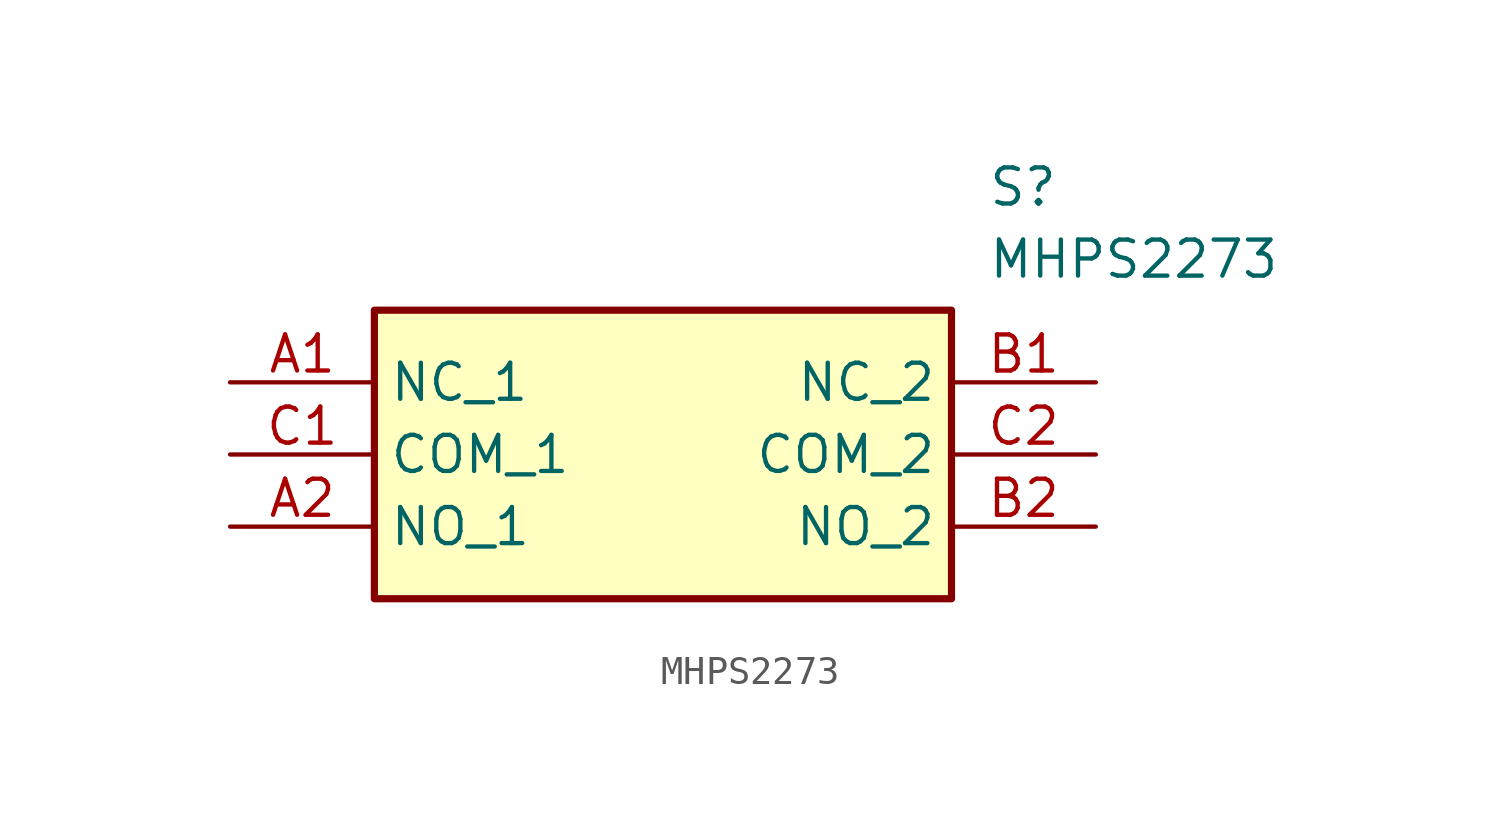
<source format=kicad_sym>
(kicad_symbol_lib
  (version 20220914)
  (generator SamacSys_ECAD_Model)
  (symbol "MHPS2273"
    (property "Reference" "S"
      (at 26.67 7.62 0)
      (effects (font (size 1.27 1.27)) (justify left top)))
    (property "Value" "MHPS2273"
      (at 26.67 5.08 0)
      (effects (font (size 1.27 1.27)) (justify left top)))
    (rectangle
      (start 5.08 2.54)
      (end 25.4 -7.62)
      (stroke (width 0.254) (type default))
      (fill (type background)))
    (pin passive line
      (at 0 0 0)
      (length 5.08)
      (name "NC_1" (effects (font (size 1.27 1.27))))
      (number "A1" (effects (font (size 1.27 1.27)))))
    (pin passive line
      (at 0 -5.08 0)
      (length 5.08)
      (name "NO_1" (effects (font (size 1.27 1.27))))
      (number "A2" (effects (font (size 1.27 1.27)))))
    (pin passive line
      (at 30.48 0 180)
      (length 5.08)
      (name "NC_2" (effects (font (size 1.27 1.27))))
      (number "B1" (effects (font (size 1.27 1.27)))))
    (pin passive line
      (at 30.48 -5.08 180)
      (length 5.08)
      (name "NO_2" (effects (font (size 1.27 1.27))))
      (number "B2" (effects (font (size 1.27 1.27)))))
    (pin passive line
      (at 0 -2.54 0)
      (length 5.08)
      (name "COM_1" (effects (font (size 1.27 1.27))))
      (number "C1" (effects (font (size 1.27 1.27)))))
    (pin passive line
      (at 30.48 -2.54 180)
      (length 5.08)
      (name "COM_2" (effects (font (size 1.27 1.27))))
      (number "C2" (effects (font (size 1.27 1.27)))))))
</source>
